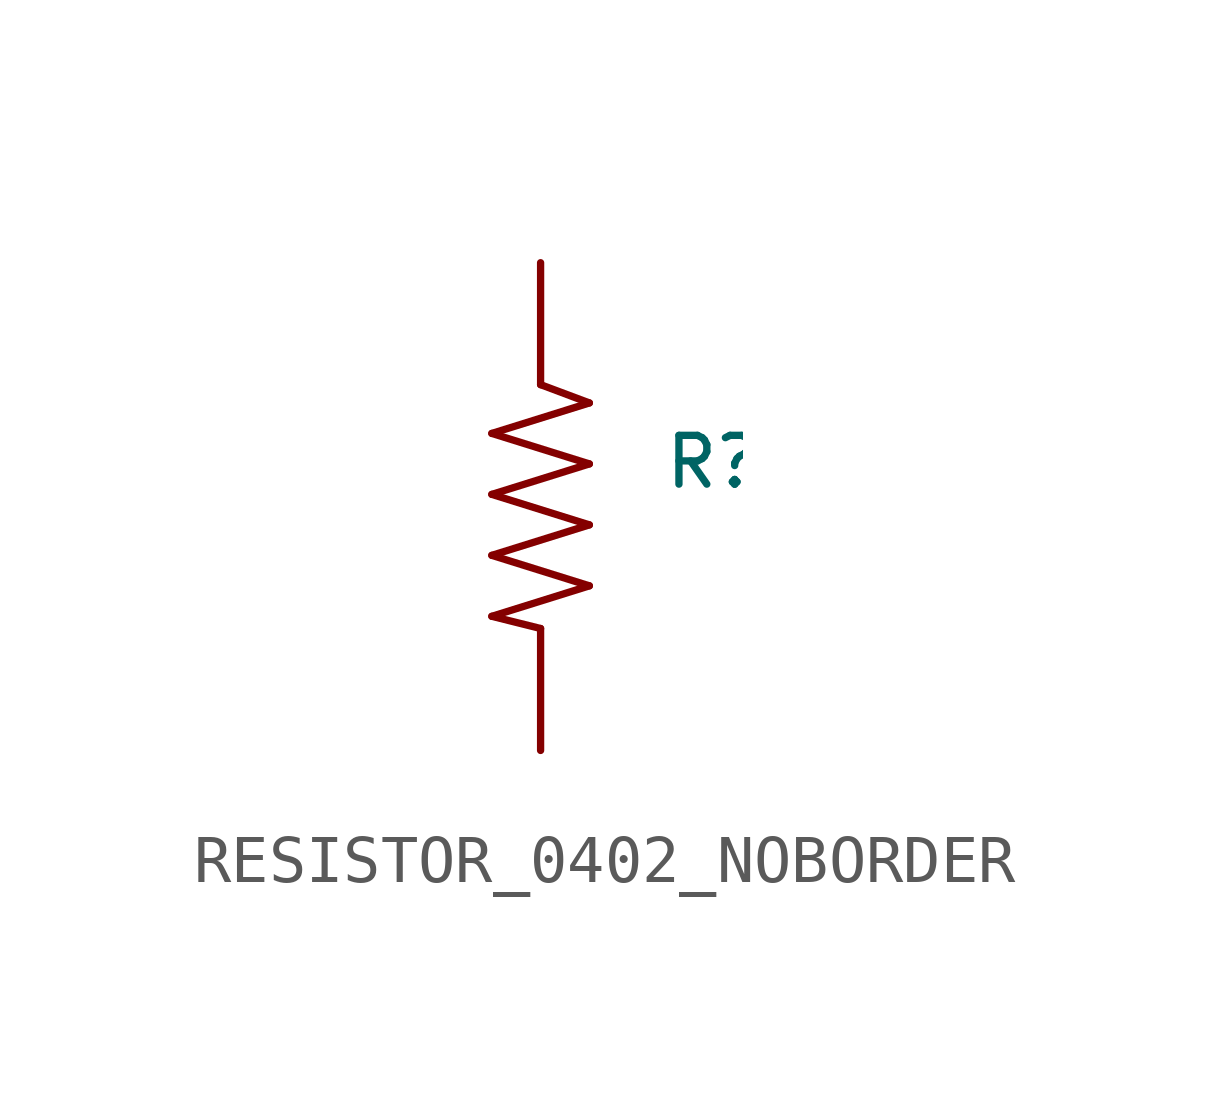
<source format=kicad_sym>
(kicad_symbol_lib
  (version 20241209)
  (generator "kicad_symbol_editor")
  (generator_version "9.0")
  (symbol "RESISTOR_0402_NOBORDER"
    (property "Reference" "R"
      (at 2.54 1.524 0)
      (effects (font (size 1.016 1.016)) (justify left top)))
    (property "Value" ""
      (at 2.54 -1.524 0)
      (effects (font (size 1.016 1.016)) (justify left bottom)))
    (property "ki_locked" ""
      (at 0 0 0)
      (effects (font (size 1.27 1.27))))
    (symbol "RESISTOR_0402_NOBORDER_1_0"
      (polyline (pts (xy -1.016 1.524) (xy 1.016 0.889)) (stroke (width 0.152) (type solid)) (fill (type none)))
      (polyline (pts (xy -1.016 0.254) (xy 1.016 -0.381)) (stroke (width 0.152) (type solid)) (fill (type none)))
      (polyline (pts (xy -1.016 -1.016) (xy 1.016 -1.651)) (stroke (width 0.152) (type solid)) (fill (type none)))
      (polyline (pts (xy -1.016 -2.286) (xy 0 -2.54)) (stroke (width 0.152) (type solid)) (fill (type none)))
      (polyline (pts (xy 0 2.54) (xy 1.016 2.159)) (stroke (width 0.152) (type solid)) (fill (type none)))
      (polyline (pts (xy 1.016 2.159) (xy -1.016 1.524)) (stroke (width 0.152) (type solid)) (fill (type none)))
      (polyline (pts (xy 1.016 0.889) (xy -1.016 0.254)) (stroke (width 0.152) (type solid)) (fill (type none)))
      (polyline (pts (xy 1.016 -0.381) (xy -1.016 -1.016)) (stroke (width 0.152) (type solid)) (fill (type none)))
      (polyline (pts (xy 1.016 -1.651) (xy -1.016 -2.286)) (stroke (width 0.152) (type solid)) (fill (type none)))
      (pin passive line (at 0 5.08 270) (length 2.54) (name "P$1" (effects (font (size 0 0)))) (number "P$1" (effects (font (size 0 0)))))
      (pin passive line (at 0 -5.08 90) (length 2.54) (name "P$2" (effects (font (size 0 0)))) (number "P$2" (effects (font (size 0 0))))))))
</source>
